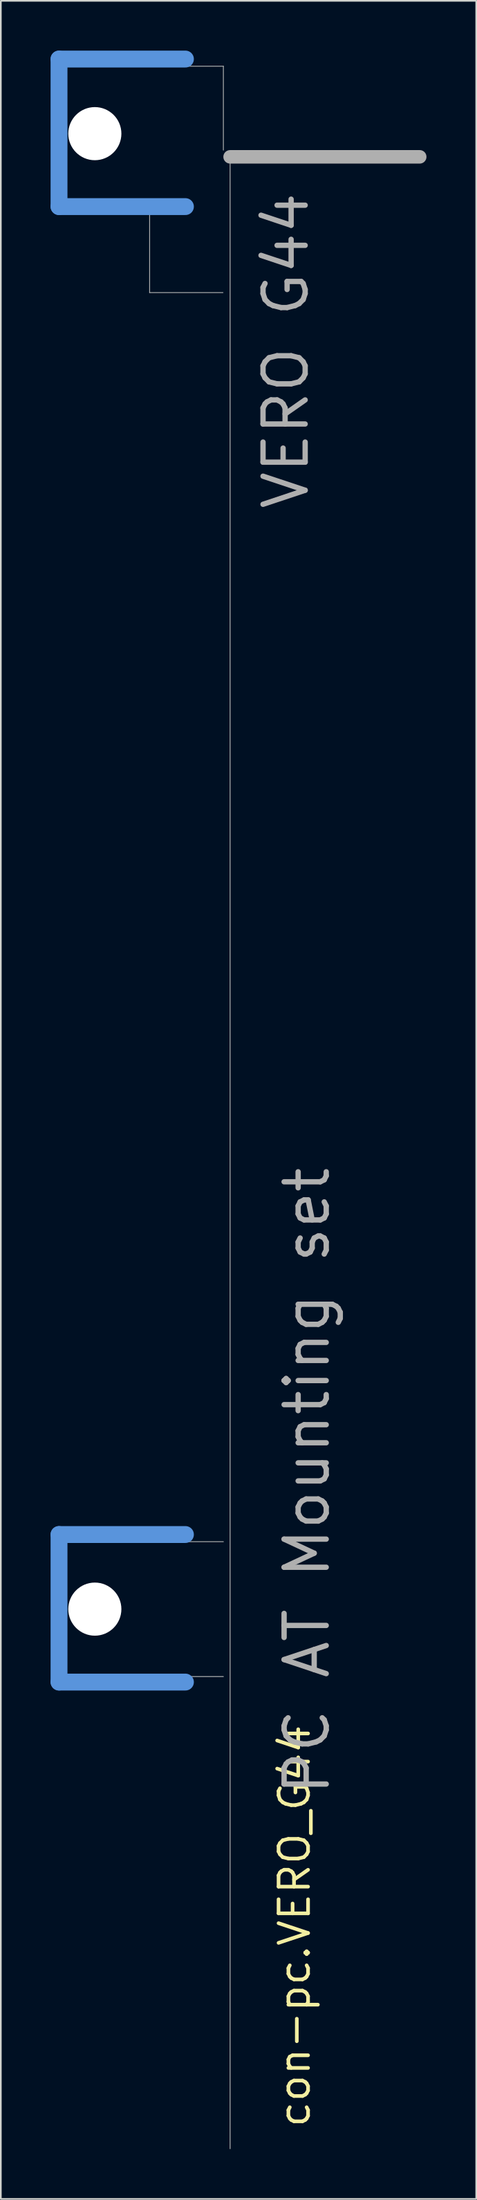
<source format=kicad_pcb>
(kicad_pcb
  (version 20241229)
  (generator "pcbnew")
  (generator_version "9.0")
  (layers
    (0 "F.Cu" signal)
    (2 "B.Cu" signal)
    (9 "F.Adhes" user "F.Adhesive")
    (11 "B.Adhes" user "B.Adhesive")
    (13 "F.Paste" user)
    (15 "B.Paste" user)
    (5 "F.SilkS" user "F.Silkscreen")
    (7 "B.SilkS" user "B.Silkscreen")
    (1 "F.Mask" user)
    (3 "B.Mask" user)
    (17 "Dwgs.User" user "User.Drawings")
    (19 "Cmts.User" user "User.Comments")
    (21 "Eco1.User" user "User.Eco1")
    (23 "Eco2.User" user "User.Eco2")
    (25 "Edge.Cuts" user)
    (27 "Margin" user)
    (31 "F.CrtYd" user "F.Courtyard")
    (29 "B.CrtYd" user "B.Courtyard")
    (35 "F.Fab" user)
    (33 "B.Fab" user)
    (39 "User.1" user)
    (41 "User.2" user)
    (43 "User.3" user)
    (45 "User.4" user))
  (footprint "con-pc.VERO_G44"
    (layer "F.Cu")
    (at 9.398 98.577)
    (property "Reference" "con-pc.VERO_G44" (at 6.35 26.67 90) (layer "F.SilkS") (effects (font (size 1.778 1.778) (thickness 0.22)) (justify left bottom)))
    (fp_line (start -8.89 -98.069) (end -8.89 -89.179) (stroke (width 1.016) (type default)) (layer "Cmts.User"))
    (fp_line (start -8.89 -89.179) (end -1.27 -89.179) (stroke (width 1.016) (type default)) (layer "Cmts.User"))
    (fp_line (start -8.89 -9.169) (end -8.89 -0.279) (stroke (width 1.016) (type default)) (layer "Cmts.User"))
    (fp_line (start -8.89 -0.279) (end -1.27 -0.279) (stroke (width 1.016) (type default)) (layer "Cmts.User"))
    (fp_line (start -1.27 -98.069) (end -8.89 -98.069) (stroke (width 1.016) (type default)) (layer "Cmts.User"))
    (fp_line (start -1.27 -9.169) (end -8.89 -9.169) (stroke (width 1.016) (type default)) (layer "Cmts.User"))
    (fp_line (start -9.169 -97.638) (end 1.016 -97.638) (stroke (width 0.051) (type default)) (layer "F.Fab"))
    (fp_line (start -9.169 -89.51) (end -9.169 -97.638) (stroke (width 0.051) (type default)) (layer "F.Fab"))
    (fp_line (start -9.169 -89.51) (end -3.429 -89.51) (stroke (width 0.051) (type default)) (layer "F.Fab"))
    (fp_line (start -9.169 -8.738) (end 1.016 -8.738) (stroke (width 0.051) (type default)) (layer "F.Fab"))
    (fp_line (start -9.169 -0.61) (end -9.169 -8.738) (stroke (width 0.051) (type default)) (layer "F.Fab"))
    (fp_line (start -9.169 -0.61) (end 1.016 -0.61) (stroke (width 0.051) (type default)) (layer "F.Fab"))
    (fp_line (start -3.429 -89.51) (end -3.429 -83.998) (stroke (width 0.051) (type default)) (layer "F.Fab"))
    (fp_line (start 0.991 -83.998) (end -3.429 -83.998) (stroke (width 0.051) (type default)) (layer "F.Fab"))
    (fp_line (start 1.016 -97.638) (end 1.016 -92.583) (stroke (width 0.051) (type default)) (layer "F.Fab"))
    (fp_line (start 1.422 -92.177) (end 12.852 -92.177) (stroke (width 0.813) (type default)) (layer "F.Fab"))
    (fp_line (start 1.422 27.838) (end 1.422 -92.151) (stroke (width 0.051) (type default)) (layer "F.Fab"))
    (fp_text user "VERO G44" (at 6.274 -70.79 90) (layer "F.Fab") (effects (font (size 2.54 2.54) (thickness 0.32)) (justify left bottom)))
    (fp_text user "PC AT Mounting set" (at 7.544 6.68 90) (layer "F.Fab") (effects (font (size 2.54 2.54) (thickness 0.32)) (justify left bottom)))
    (pad "" np_thru_hole circle (at -6.731 -93.574) (size 3.2 3.2) (drill 3.2) (layers "*.Cu" "*.Mask"))
    (pad "" np_thru_hole circle (at -6.731 -4.674) (size 3.2 3.2) (drill 3.2) (layers "*.Cu" "*.Mask")))
  (gr_rect
    (start -3 -3)
    (end 25.657 129.441)
    (stroke (width 0.1) (type default))
    (fill no)
    (layer "Edge.Cuts")))
</source>
